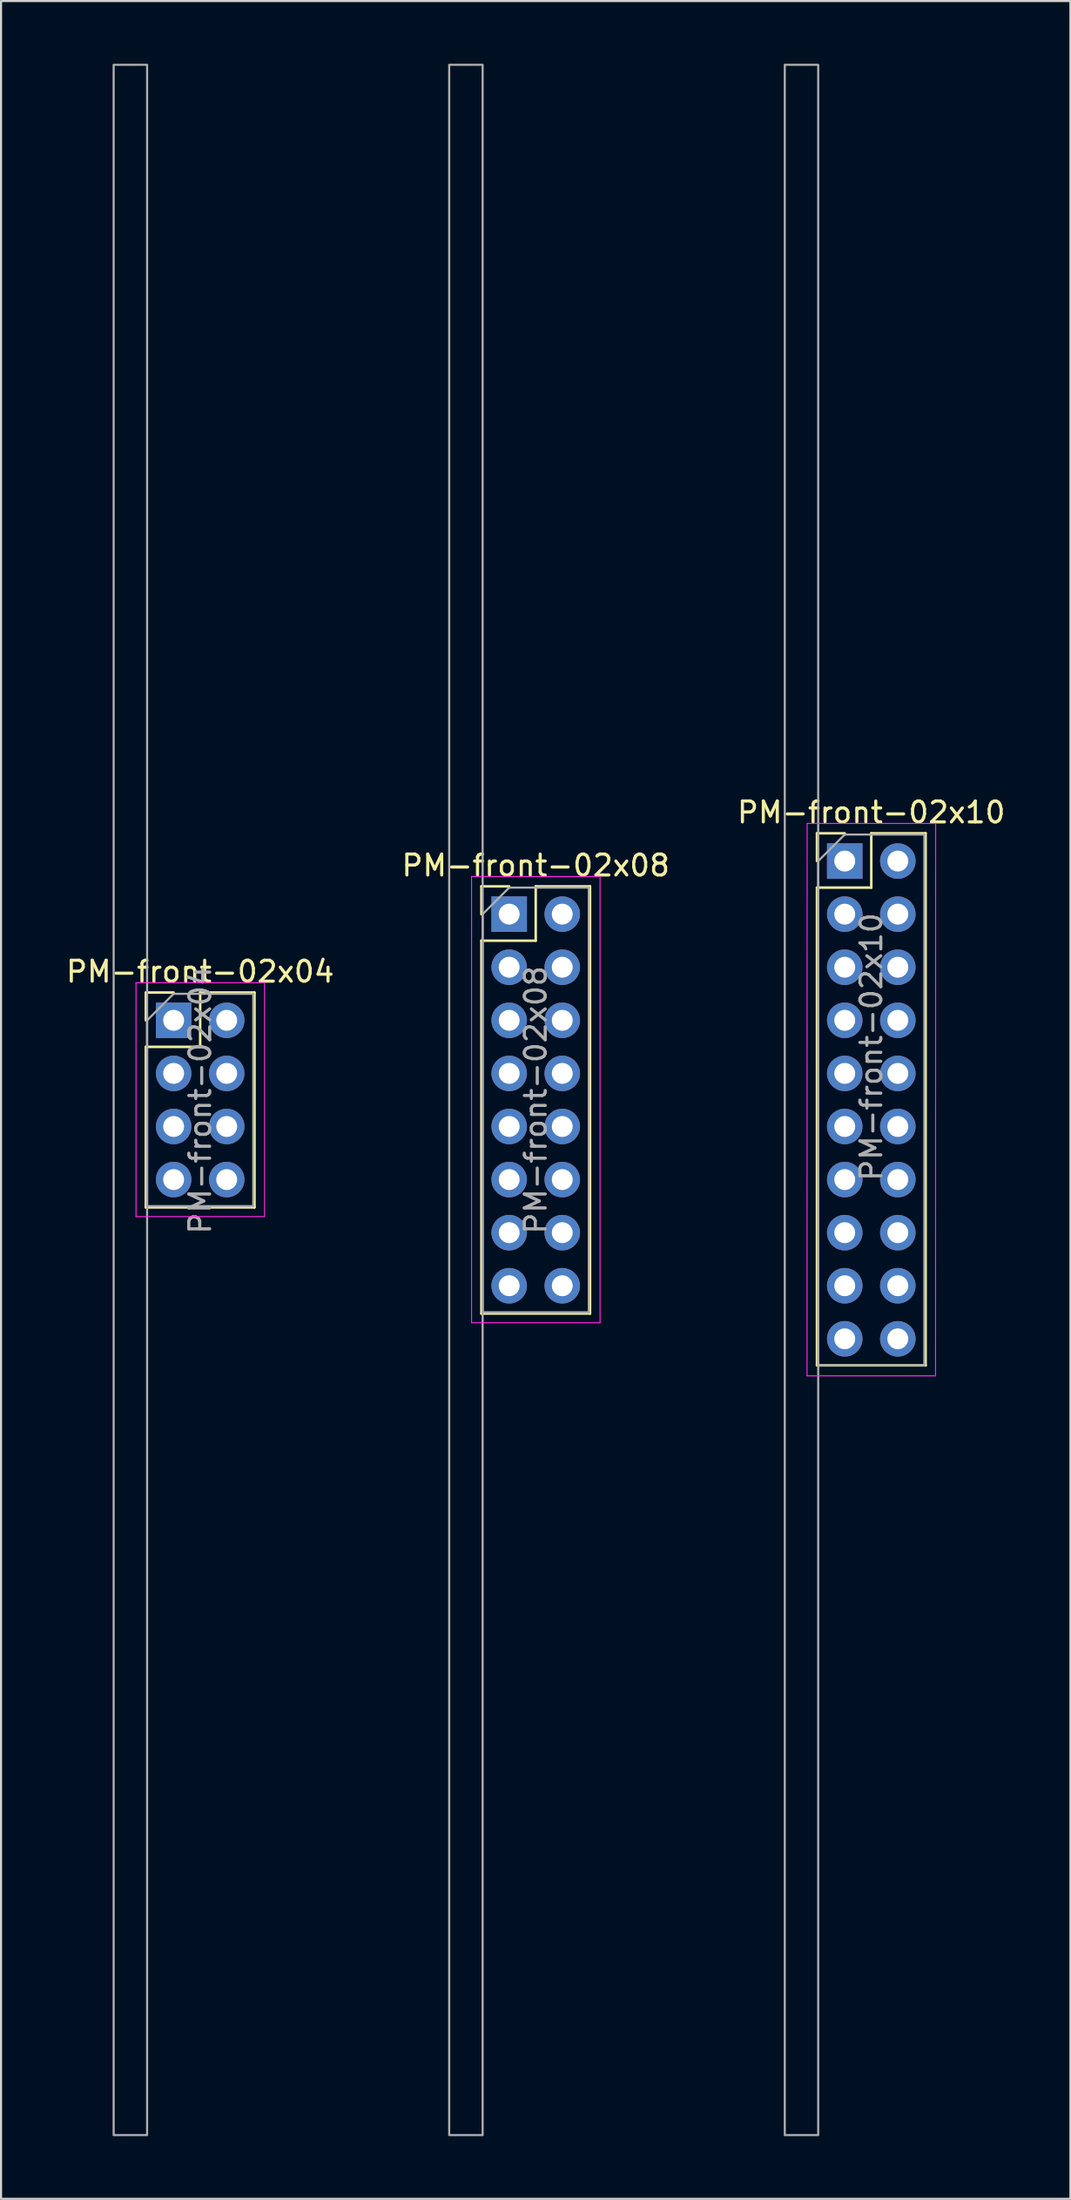
<source format=kicad_pcb>
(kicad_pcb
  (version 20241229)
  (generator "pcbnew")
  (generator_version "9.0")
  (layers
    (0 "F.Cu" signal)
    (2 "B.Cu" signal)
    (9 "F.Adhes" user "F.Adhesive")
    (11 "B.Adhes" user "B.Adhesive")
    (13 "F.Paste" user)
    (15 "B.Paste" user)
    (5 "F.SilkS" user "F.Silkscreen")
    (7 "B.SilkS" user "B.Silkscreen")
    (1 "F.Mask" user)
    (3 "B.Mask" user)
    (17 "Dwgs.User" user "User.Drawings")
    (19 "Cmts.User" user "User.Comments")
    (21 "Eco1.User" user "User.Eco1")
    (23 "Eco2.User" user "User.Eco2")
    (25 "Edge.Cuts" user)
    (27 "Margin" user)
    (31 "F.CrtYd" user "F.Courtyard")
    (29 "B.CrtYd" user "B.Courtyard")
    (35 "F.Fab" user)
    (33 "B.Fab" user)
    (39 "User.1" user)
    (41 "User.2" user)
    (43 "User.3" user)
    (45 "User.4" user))
  (footprint "PM-front-02x04"
    (layer "F.Cu")
    (at 3.99 49.58)
    (property "Reference" "PM-front-02x04" (at 2.54 -6.14 0) (layer "F.SilkS") (effects (font (size 1 1) (thickness 0.15))))
    (attr through_hole)
    (fp_line (start -0.06 -5.14) (end 1.27 -5.14) (stroke (width 0.12) (type solid)) (layer "F.SilkS"))
    (fp_line (start -0.06 -3.81) (end -0.06 -5.14) (stroke (width 0.12) (type solid)) (layer "F.SilkS"))
    (fp_line (start -0.06 -2.54) (end -0.06 5.14) (stroke (width 0.12) (type solid)) (layer "F.SilkS"))
    (fp_line (start -0.06 -2.54) (end 2.54 -2.54) (stroke (width 0.12) (type solid)) (layer "F.SilkS"))
    (fp_line (start -0.06 5.14) (end 5.14 5.14) (stroke (width 0.12) (type solid)) (layer "F.SilkS"))
    (fp_line (start 2.54 -5.14) (end 5.14 -5.14) (stroke (width 0.12) (type solid)) (layer "F.SilkS"))
    (fp_line (start 2.54 -2.54) (end 2.54 -5.14) (stroke (width 0.12) (type solid)) (layer "F.SilkS"))
    (fp_line (start 5.14 -5.14) (end 5.14 5.14) (stroke (width 0.12) (type solid)) (layer "F.SilkS"))
    (fp_line (start -0.53 -5.61) (end -0.53 5.58) (stroke (width 0.05) (type solid)) (layer "F.CrtYd"))
    (fp_line (start -0.53 5.58) (end 5.62 5.58) (stroke (width 0.05) (type solid)) (layer "F.CrtYd"))
    (fp_line (start 5.62 -5.61) (end -0.53 -5.61) (stroke (width 0.05) (type solid)) (layer "F.CrtYd"))
    (fp_line (start 5.62 5.58) (end 5.62 -5.61) (stroke (width 0.05) (type solid)) (layer "F.CrtYd"))
    (fp_line (start 0 -3.81) (end 1.27 -5.08) (stroke (width 0.1) (type solid)) (layer "F.Fab"))
    (fp_line (start 0 5.08) (end 0 -3.81) (stroke (width 0.1) (type solid)) (layer "F.Fab"))
    (fp_line (start 1.27 -5.08) (end 5.08 -5.08) (stroke (width 0.1) (type solid)) (layer "F.Fab"))
    (fp_line (start 5.08 -5.08) (end 5.08 5.08) (stroke (width 0.1) (type solid)) (layer "F.Fab"))
    (fp_line (start 5.08 5.08) (end 0 5.08) (stroke (width 0.1) (type solid)) (layer "F.Fab"))
    (fp_rect (start -1.6 -49.53) (end 0 49.53) (stroke (width 0.1) (type default)) (fill no) (layer "F.Fab"))
    (fp_text user "${REFERENCE}" (at 2.54 0 90) (layer "F.Fab") (effects (font (size 1 1) (thickness 0.15))))
    (pad "1" thru_hole rect (at 1.27 -3.81) (size 1.7 1.7) (drill 1) (layers "*.Cu" "*.Mask"))
    (pad "2" thru_hole oval (at 3.81 -3.81) (size 1.7 1.7) (drill 1) (layers "*.Cu" "*.Mask"))
    (pad "3" thru_hole oval (at 1.27 -1.27) (size 1.7 1.7) (drill 1) (layers "*.Cu" "*.Mask"))
    (pad "4" thru_hole oval (at 3.81 -1.27) (size 1.7 1.7) (drill 1) (layers "*.Cu" "*.Mask"))
    (pad "5" thru_hole oval (at 1.27 1.27) (size 1.7 1.7) (drill 1) (layers "*.Cu" "*.Mask"))
    (pad "6" thru_hole oval (at 3.81 1.27) (size 1.7 1.7) (drill 1) (layers "*.Cu" "*.Mask"))
    (pad "7" thru_hole oval (at 1.27 3.81) (size 1.7 1.7) (drill 1) (layers "*.Cu" "*.Mask"))
    (pad "8" thru_hole oval (at 3.81 3.81) (size 1.7 1.7) (drill 1) (layers "*.Cu" "*.Mask")))
  (footprint "PM-front-02x10"
    (layer "F.Cu")
    (at 37.379 38.15)
    (property "Reference" "PM-front-02x10" (at 1.27 -2.33 0) (layer "F.SilkS") (effects (font (size 1 1) (thickness 0.15))))
    (attr through_hole)
    (fp_line (start -1.33 -1.33) (end 0 -1.33) (stroke (width 0.12) (type solid)) (layer "F.SilkS"))
    (fp_line (start -1.33 0) (end -1.33 -1.33) (stroke (width 0.12) (type solid)) (layer "F.SilkS"))
    (fp_line (start -1.33 1.27) (end -1.33 24.13) (stroke (width 0.12) (type solid)) (layer "F.SilkS"))
    (fp_line (start -1.33 1.27) (end 1.27 1.27) (stroke (width 0.12) (type solid)) (layer "F.SilkS"))
    (fp_line (start -1.33 24.13) (end 3.87 24.13) (stroke (width 0.12) (type solid)) (layer "F.SilkS"))
    (fp_line (start 1.27 -1.33) (end 3.87 -1.33) (stroke (width 0.12) (type solid)) (layer "F.SilkS"))
    (fp_line (start 1.27 1.27) (end 1.27 -1.33) (stroke (width 0.12) (type solid)) (layer "F.SilkS"))
    (fp_line (start 3.87 -1.33) (end 3.87 24.13) (stroke (width 0.12) (type solid)) (layer "F.SilkS"))
    (fp_line (start -1.805 24.63) (end 4.345 24.63) (stroke (width 0.05) (type solid)) (layer "F.CrtYd"))
    (fp_line (start -1.8 -1.8) (end -1.805 24.63) (stroke (width 0.05) (type solid)) (layer "F.CrtYd"))
    (fp_line (start 4.345 24.63) (end 4.35 -1.8) (stroke (width 0.05) (type solid)) (layer "F.CrtYd"))
    (fp_line (start 4.35 -1.8) (end -1.8 -1.8) (stroke (width 0.05) (type solid)) (layer "F.CrtYd"))
    (fp_line (start -1.27 0) (end 0 -1.27) (stroke (width 0.1) (type solid)) (layer "F.Fab"))
    (fp_line (start -1.27 24.13) (end -1.27 0) (stroke (width 0.1) (type solid)) (layer "F.Fab"))
    (fp_line (start 0 -1.27) (end 3.81 -1.27) (stroke (width 0.1) (type solid)) (layer "F.Fab"))
    (fp_line (start 3.81 -1.27) (end 3.81 24.13) (stroke (width 0.1) (type solid)) (layer "F.Fab"))
    (fp_line (start 3.81 24.13) (end -1.27 24.13) (stroke (width 0.1) (type solid)) (layer "F.Fab"))
    (fp_rect (start -2.87 -38.1) (end -1.27 60.96) (stroke (width 0.1) (type default)) (fill no) (layer "F.Fab"))
    (fp_text user "${REFERENCE}" (at 1.27 8.89 90) (layer "F.Fab") (effects (font (size 1 1) (thickness 0.15))))
    (pad "1" thru_hole rect (at 0 0) (size 1.7 1.7) (drill 1) (layers "*.Cu" "*.Mask"))
    (pad "2" thru_hole oval (at 2.54 0) (size 1.7 1.7) (drill 1) (layers "*.Cu" "*.Mask"))
    (pad "3" thru_hole oval (at 0 2.54) (size 1.7 1.7) (drill 1) (layers "*.Cu" "*.Mask"))
    (pad "4" thru_hole oval (at 2.54 2.54) (size 1.7 1.7) (drill 1) (layers "*.Cu" "*.Mask"))
    (pad "5" thru_hole oval (at 0 5.08) (size 1.7 1.7) (drill 1) (layers "*.Cu" "*.Mask"))
    (pad "6" thru_hole oval (at 2.54 5.08) (size 1.7 1.7) (drill 1) (layers "*.Cu" "*.Mask"))
    (pad "7" thru_hole oval (at 0 7.62) (size 1.7 1.7) (drill 1) (layers "*.Cu" "*.Mask"))
    (pad "8" thru_hole oval (at 2.54 7.62) (size 1.7 1.7) (drill 1) (layers "*.Cu" "*.Mask"))
    (pad "9" thru_hole oval (at 0 10.16) (size 1.7 1.7) (drill 1) (layers "*.Cu" "*.Mask"))
    (pad "10" thru_hole oval (at 2.54 10.16) (size 1.7 1.7) (drill 1) (layers "*.Cu" "*.Mask"))
    (pad "11" thru_hole oval (at 0 12.7) (size 1.7 1.7) (drill 1) (layers "*.Cu" "*.Mask"))
    (pad "12" thru_hole oval (at 2.54 12.7) (size 1.7 1.7) (drill 1) (layers "*.Cu" "*.Mask"))
    (pad "13" thru_hole oval (at 0 15.24) (size 1.7 1.7) (drill 1) (layers "*.Cu" "*.Mask"))
    (pad "14" thru_hole oval (at 2.54 15.24) (size 1.7 1.7) (drill 1) (layers "*.Cu" "*.Mask"))
    (pad "15" thru_hole oval (at 0 17.78) (size 1.7 1.7) (drill 1) (layers "*.Cu" "*.Mask"))
    (pad "16" thru_hole oval (at 2.54 17.78) (size 1.7 1.7) (drill 1) (layers "*.Cu" "*.Mask"))
    (pad "17" thru_hole oval (at 0 20.32) (size 1.7 1.7) (drill 1) (layers "*.Cu" "*.Mask"))
    (pad "18" thru_hole oval (at 2.54 20.32) (size 1.7 1.7) (drill 1) (layers "*.Cu" "*.Mask"))
    (pad "19" thru_hole oval (at 0 22.86) (size 1.7 1.7) (drill 1) (layers "*.Cu" "*.Mask"))
    (pad "20" thru_hole oval (at 2.54 22.86) (size 1.7 1.7) (drill 1) (layers "*.Cu" "*.Mask")))
  (footprint "PM-front-02x08"
    (layer "F.Cu")
    (at 21.319 40.69)
    (property "Reference" "PM-front-02x08" (at 1.27 -2.33 0) (layer "F.SilkS") (effects (font (size 1 1) (thickness 0.15))))
    (attr through_hole)
    (fp_line (start -1.33 -1.33) (end 0 -1.33) (stroke (width 0.12) (type solid)) (layer "F.SilkS"))
    (fp_line (start -1.33 0) (end -1.33 -1.33) (stroke (width 0.12) (type solid)) (layer "F.SilkS"))
    (fp_line (start -1.33 1.27) (end -1.33 19.11) (stroke (width 0.12) (type solid)) (layer "F.SilkS"))
    (fp_line (start -1.33 1.27) (end 1.27 1.27) (stroke (width 0.12) (type solid)) (layer "F.SilkS"))
    (fp_line (start -1.33 19.11) (end 3.87 19.11) (stroke (width 0.12) (type solid)) (layer "F.SilkS"))
    (fp_line (start 1.27 -1.33) (end 3.87 -1.33) (stroke (width 0.12) (type solid)) (layer "F.SilkS"))
    (fp_line (start 1.27 1.27) (end 1.27 -1.33) (stroke (width 0.12) (type solid)) (layer "F.SilkS"))
    (fp_line (start 3.87 -1.33) (end 3.87 19.11) (stroke (width 0.12) (type solid)) (layer "F.SilkS"))
    (fp_line (start -1.8 -1.8) (end -1.8 19.55) (stroke (width 0.05) (type solid)) (layer "F.CrtYd"))
    (fp_line (start -1.8 19.55) (end 4.35 19.55) (stroke (width 0.05) (type solid)) (layer "F.CrtYd"))
    (fp_line (start 4.35 -1.8) (end -1.8 -1.8) (stroke (width 0.05) (type solid)) (layer "F.CrtYd"))
    (fp_line (start 4.35 19.55) (end 4.35 -1.8) (stroke (width 0.05) (type solid)) (layer "F.CrtYd"))
    (fp_line (start -1.27 0) (end 0 -1.27) (stroke (width 0.1) (type solid)) (layer "F.Fab"))
    (fp_line (start -1.27 19.05) (end -1.27 0) (stroke (width 0.1) (type solid)) (layer "F.Fab"))
    (fp_line (start 0 -1.27) (end 3.81 -1.27) (stroke (width 0.1) (type solid)) (layer "F.Fab"))
    (fp_line (start 3.81 -1.27) (end 3.81 19.05) (stroke (width 0.1) (type solid)) (layer "F.Fab"))
    (fp_line (start 3.81 19.05) (end -1.27 19.05) (stroke (width 0.1) (type solid)) (layer "F.Fab"))
    (fp_rect (start -2.87 -40.64) (end -1.27 58.42) (stroke (width 0.1) (type default)) (fill no) (layer "F.Fab"))
    (fp_text user "${REFERENCE}" (at 1.27 8.89 90) (layer "F.Fab") (effects (font (size 1 1) (thickness 0.15))))
    (pad "1" thru_hole rect (at 0 0) (size 1.7 1.7) (drill 1) (layers "*.Cu" "*.Mask"))
    (pad "2" thru_hole oval (at 2.54 0) (size 1.7 1.7) (drill 1) (layers "*.Cu" "*.Mask"))
    (pad "3" thru_hole oval (at 0 2.54) (size 1.7 1.7) (drill 1) (layers "*.Cu" "*.Mask"))
    (pad "4" thru_hole oval (at 2.54 2.54) (size 1.7 1.7) (drill 1) (layers "*.Cu" "*.Mask"))
    (pad "5" thru_hole oval (at 0 5.08) (size 1.7 1.7) (drill 1) (layers "*.Cu" "*.Mask"))
    (pad "6" thru_hole oval (at 2.54 5.08) (size 1.7 1.7) (drill 1) (layers "*.Cu" "*.Mask"))
    (pad "7" thru_hole oval (at 0 7.62) (size 1.7 1.7) (drill 1) (layers "*.Cu" "*.Mask"))
    (pad "8" thru_hole oval (at 2.54 7.62) (size 1.7 1.7) (drill 1) (layers "*.Cu" "*.Mask"))
    (pad "9" thru_hole oval (at 0 10.16) (size 1.7 1.7) (drill 1) (layers "*.Cu" "*.Mask"))
    (pad "10" thru_hole oval (at 2.54 10.16) (size 1.7 1.7) (drill 1) (layers "*.Cu" "*.Mask"))
    (pad "11" thru_hole oval (at 0 12.7) (size 1.7 1.7) (drill 1) (layers "*.Cu" "*.Mask"))
    (pad "12" thru_hole oval (at 2.54 12.7) (size 1.7 1.7) (drill 1) (layers "*.Cu" "*.Mask"))
    (pad "13" thru_hole oval (at 0 15.24) (size 1.7 1.7) (drill 1) (layers "*.Cu" "*.Mask"))
    (pad "14" thru_hole oval (at 2.54 15.24) (size 1.7 1.7) (drill 1) (layers "*.Cu" "*.Mask"))
    (pad "15" thru_hole oval (at 0 17.78) (size 1.7 1.7) (drill 1) (layers "*.Cu" "*.Mask"))
    (pad "16" thru_hole oval (at 2.54 17.78) (size 1.7 1.7) (drill 1) (layers "*.Cu" "*.Mask")))
  (gr_rect
    (start -3 -3)
    (end 48.179 102.16)
    (stroke (width 0.1) (type default))
    (fill no)
    (layer "Edge.Cuts")))
</source>
